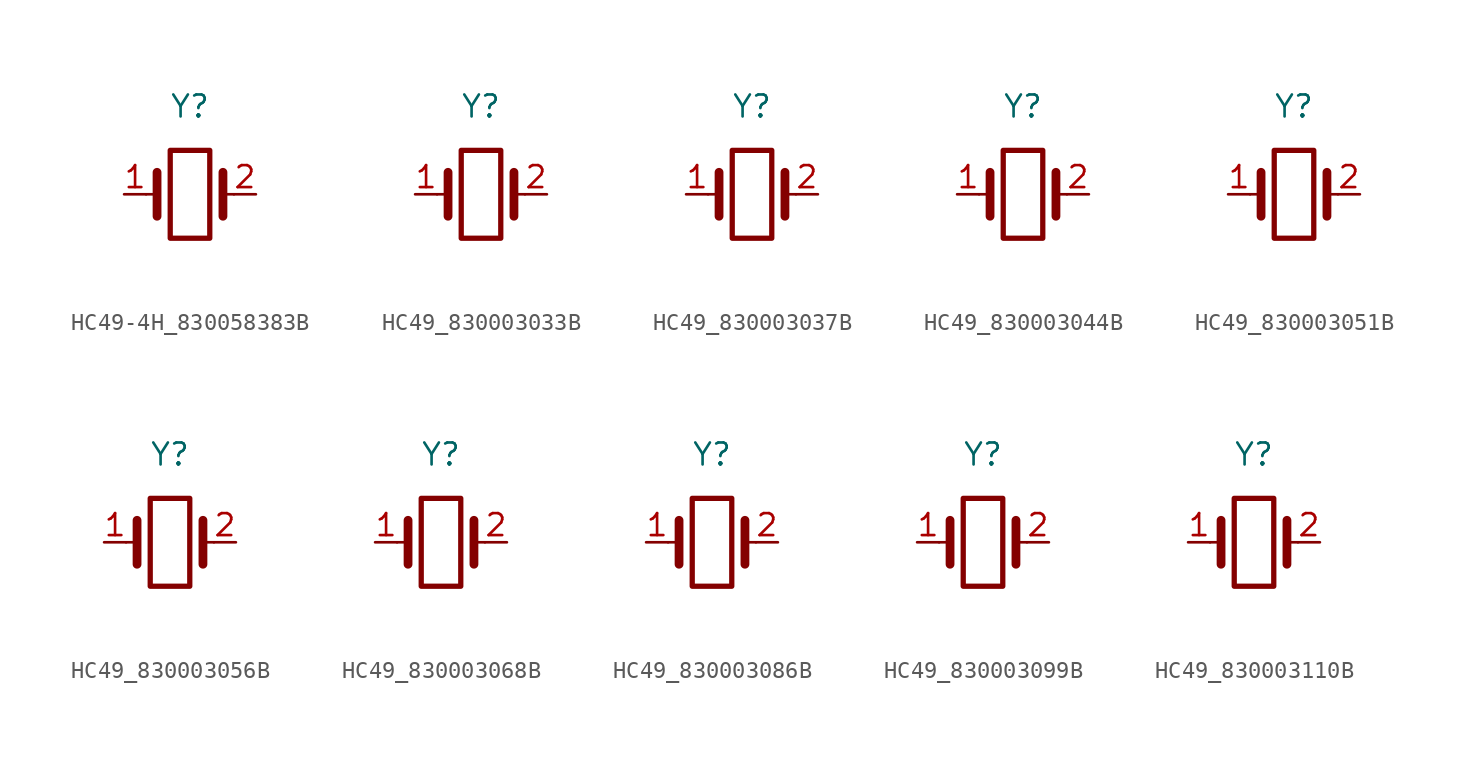
<source format=kicad_sym>
(kicad_symbol_lib
  (version 20220914)
  (generator kicad_symbol_editor)
  (symbol "HC49-4H_830058383B"
    (pin_names hide)
    (property "Reference" "Y"
      (at 0 5.08 0)
      (effects (font (size 1.27 1.27))))
    (property "Critical Parameter" ""
      (at 0 -5.08 0)
      (effects (font (size 1.27 1.27)) (justify left)))
    (symbol "HC49-4H_830058383B_0_1"
      (rectangle (start -1.143 2.54) (end 1.143 -2.54) (stroke (width 0.305) (type default)) (fill (type none)))
      (polyline (pts (xy -2.54 0) (xy -1.905 0)) (stroke (width 0) (type default)) (fill (type none)))
      (polyline (pts (xy -1.905 -1.27) (xy -1.905 1.27)) (stroke (width 0.508) (type default)) (fill (type none)))
      (polyline (pts (xy 1.905 -1.27) (xy 1.905 1.27)) (stroke (width 0.508) (type default)) (fill (type none)))
      (polyline (pts (xy 2.54 0) (xy 1.905 0)) (stroke (width 0) (type default)) (fill (type none))))
    (symbol "HC49-4H_830058383B_1_1"
      (pin passive line (at -3.81 0 0) (length 1.27) (name "1" (effects (font (size 1.27 1.27)))) (number "1" (effects (font (size 1.27 1.27)))))
      (pin passive line (at 3.81 0 180) (length 1.27) (name "2" (effects (font (size 1.27 1.27)))) (number "2" (effects (font (size 1.27 1.27)))))))
  (symbol "HC49_830003033B"
    (pin_names hide)
    (property "Reference" "Y"
      (at 0 5.08 0)
      (effects (font (size 1.27 1.27))))
    (property "Critical Parameter" ""
      (at 0 -5.08 0)
      (effects (font (size 1.27 1.27)) (justify left)))
    (symbol "HC49_830003033B_0_1"
      (rectangle (start -1.143 2.54) (end 1.143 -2.54) (stroke (width 0.305) (type default)) (fill (type none)))
      (polyline (pts (xy -2.54 0) (xy -1.905 0)) (stroke (width 0) (type default)) (fill (type none)))
      (polyline (pts (xy -1.905 -1.27) (xy -1.905 1.27)) (stroke (width 0.508) (type default)) (fill (type none)))
      (polyline (pts (xy 1.905 -1.27) (xy 1.905 1.27)) (stroke (width 0.508) (type default)) (fill (type none)))
      (polyline (pts (xy 2.54 0) (xy 1.905 0)) (stroke (width 0) (type default)) (fill (type none))))
    (symbol "HC49_830003033B_1_1"
      (pin passive line (at -3.81 0 0) (length 1.27) (name "1" (effects (font (size 1.27 1.27)))) (number "1" (effects (font (size 1.27 1.27)))))
      (pin passive line (at 3.81 0 180) (length 1.27) (name "2" (effects (font (size 1.27 1.27)))) (number "2" (effects (font (size 1.27 1.27)))))))
  (symbol "HC49_830003037B"
    (pin_names hide)
    (property "Reference" "Y"
      (at 0 5.08 0)
      (effects (font (size 1.27 1.27))))
    (property "Critical Parameter" ""
      (at 0 -5.08 0)
      (effects (font (size 1.27 1.27)) (justify left)))
    (symbol "HC49_830003037B_0_1"
      (rectangle (start -1.143 2.54) (end 1.143 -2.54) (stroke (width 0.305) (type default)) (fill (type none)))
      (polyline (pts (xy -2.54 0) (xy -1.905 0)) (stroke (width 0) (type default)) (fill (type none)))
      (polyline (pts (xy -1.905 -1.27) (xy -1.905 1.27)) (stroke (width 0.508) (type default)) (fill (type none)))
      (polyline (pts (xy 1.905 -1.27) (xy 1.905 1.27)) (stroke (width 0.508) (type default)) (fill (type none)))
      (polyline (pts (xy 2.54 0) (xy 1.905 0)) (stroke (width 0) (type default)) (fill (type none))))
    (symbol "HC49_830003037B_1_1"
      (pin passive line (at -3.81 0 0) (length 1.27) (name "1" (effects (font (size 1.27 1.27)))) (number "1" (effects (font (size 1.27 1.27)))))
      (pin passive line (at 3.81 0 180) (length 1.27) (name "2" (effects (font (size 1.27 1.27)))) (number "2" (effects (font (size 1.27 1.27)))))))
  (symbol "HC49_830003044B"
    (pin_names hide)
    (property "Reference" "Y"
      (at 0 5.08 0)
      (effects (font (size 1.27 1.27))))
    (property "Critical Parameter" ""
      (at 0 -5.08 0)
      (effects (font (size 1.27 1.27)) (justify left)))
    (symbol "HC49_830003044B_0_1"
      (rectangle (start -1.143 2.54) (end 1.143 -2.54) (stroke (width 0.305) (type default)) (fill (type none)))
      (polyline (pts (xy -2.54 0) (xy -1.905 0)) (stroke (width 0) (type default)) (fill (type none)))
      (polyline (pts (xy -1.905 -1.27) (xy -1.905 1.27)) (stroke (width 0.508) (type default)) (fill (type none)))
      (polyline (pts (xy 1.905 -1.27) (xy 1.905 1.27)) (stroke (width 0.508) (type default)) (fill (type none)))
      (polyline (pts (xy 2.54 0) (xy 1.905 0)) (stroke (width 0) (type default)) (fill (type none))))
    (symbol "HC49_830003044B_1_1"
      (pin passive line (at -3.81 0 0) (length 1.27) (name "1" (effects (font (size 1.27 1.27)))) (number "1" (effects (font (size 1.27 1.27)))))
      (pin passive line (at 3.81 0 180) (length 1.27) (name "2" (effects (font (size 1.27 1.27)))) (number "2" (effects (font (size 1.27 1.27)))))))
  (symbol "HC49_830003051B"
    (pin_names hide)
    (property "Reference" "Y"
      (at 0 5.08 0)
      (effects (font (size 1.27 1.27))))
    (property "Critical Parameter" ""
      (at 0 -5.08 0)
      (effects (font (size 1.27 1.27)) (justify left)))
    (symbol "HC49_830003051B_0_1"
      (rectangle (start -1.143 2.54) (end 1.143 -2.54) (stroke (width 0.305) (type default)) (fill (type none)))
      (polyline (pts (xy -2.54 0) (xy -1.905 0)) (stroke (width 0) (type default)) (fill (type none)))
      (polyline (pts (xy -1.905 -1.27) (xy -1.905 1.27)) (stroke (width 0.508) (type default)) (fill (type none)))
      (polyline (pts (xy 1.905 -1.27) (xy 1.905 1.27)) (stroke (width 0.508) (type default)) (fill (type none)))
      (polyline (pts (xy 2.54 0) (xy 1.905 0)) (stroke (width 0) (type default)) (fill (type none))))
    (symbol "HC49_830003051B_1_1"
      (pin passive line (at -3.81 0 0) (length 1.27) (name "1" (effects (font (size 1.27 1.27)))) (number "1" (effects (font (size 1.27 1.27)))))
      (pin passive line (at 3.81 0 180) (length 1.27) (name "2" (effects (font (size 1.27 1.27)))) (number "2" (effects (font (size 1.27 1.27)))))))
  (symbol "HC49_830003056B"
    (pin_names hide)
    (property "Reference" "Y"
      (at 0 5.08 0)
      (effects (font (size 1.27 1.27))))
    (property "Critical Parameter" ""
      (at 0 -5.08 0)
      (effects (font (size 1.27 1.27)) (justify left)))
    (symbol "HC49_830003056B_0_1"
      (rectangle (start -1.143 2.54) (end 1.143 -2.54) (stroke (width 0.305) (type default)) (fill (type none)))
      (polyline (pts (xy -2.54 0) (xy -1.905 0)) (stroke (width 0) (type default)) (fill (type none)))
      (polyline (pts (xy -1.905 -1.27) (xy -1.905 1.27)) (stroke (width 0.508) (type default)) (fill (type none)))
      (polyline (pts (xy 1.905 -1.27) (xy 1.905 1.27)) (stroke (width 0.508) (type default)) (fill (type none)))
      (polyline (pts (xy 2.54 0) (xy 1.905 0)) (stroke (width 0) (type default)) (fill (type none))))
    (symbol "HC49_830003056B_1_1"
      (pin passive line (at -3.81 0 0) (length 1.27) (name "1" (effects (font (size 1.27 1.27)))) (number "1" (effects (font (size 1.27 1.27)))))
      (pin passive line (at 3.81 0 180) (length 1.27) (name "2" (effects (font (size 1.27 1.27)))) (number "2" (effects (font (size 1.27 1.27)))))))
  (symbol "HC49_830003068B"
    (pin_names hide)
    (property "Reference" "Y"
      (at 0 5.08 0)
      (effects (font (size 1.27 1.27))))
    (property "Critical Parameter" ""
      (at 0 -5.08 0)
      (effects (font (size 1.27 1.27)) (justify left)))
    (symbol "HC49_830003068B_0_1"
      (rectangle (start -1.143 2.54) (end 1.143 -2.54) (stroke (width 0.305) (type default)) (fill (type none)))
      (polyline (pts (xy -2.54 0) (xy -1.905 0)) (stroke (width 0) (type default)) (fill (type none)))
      (polyline (pts (xy -1.905 -1.27) (xy -1.905 1.27)) (stroke (width 0.508) (type default)) (fill (type none)))
      (polyline (pts (xy 1.905 -1.27) (xy 1.905 1.27)) (stroke (width 0.508) (type default)) (fill (type none)))
      (polyline (pts (xy 2.54 0) (xy 1.905 0)) (stroke (width 0) (type default)) (fill (type none))))
    (symbol "HC49_830003068B_1_1"
      (pin passive line (at -3.81 0 0) (length 1.27) (name "1" (effects (font (size 1.27 1.27)))) (number "1" (effects (font (size 1.27 1.27)))))
      (pin passive line (at 3.81 0 180) (length 1.27) (name "2" (effects (font (size 1.27 1.27)))) (number "2" (effects (font (size 1.27 1.27)))))))
  (symbol "HC49_830003086B"
    (pin_names hide)
    (property "Reference" "Y"
      (at 0 5.08 0)
      (effects (font (size 1.27 1.27))))
    (property "Critical Parameter" ""
      (at 0 -5.08 0)
      (effects (font (size 1.27 1.27)) (justify left)))
    (symbol "HC49_830003086B_0_1"
      (rectangle (start -1.143 2.54) (end 1.143 -2.54) (stroke (width 0.305) (type default)) (fill (type none)))
      (polyline (pts (xy -2.54 0) (xy -1.905 0)) (stroke (width 0) (type default)) (fill (type none)))
      (polyline (pts (xy -1.905 -1.27) (xy -1.905 1.27)) (stroke (width 0.508) (type default)) (fill (type none)))
      (polyline (pts (xy 1.905 -1.27) (xy 1.905 1.27)) (stroke (width 0.508) (type default)) (fill (type none)))
      (polyline (pts (xy 2.54 0) (xy 1.905 0)) (stroke (width 0) (type default)) (fill (type none))))
    (symbol "HC49_830003086B_1_1"
      (pin passive line (at -3.81 0 0) (length 1.27) (name "1" (effects (font (size 1.27 1.27)))) (number "1" (effects (font (size 1.27 1.27)))))
      (pin passive line (at 3.81 0 180) (length 1.27) (name "2" (effects (font (size 1.27 1.27)))) (number "2" (effects (font (size 1.27 1.27)))))))
  (symbol "HC49_830003099B"
    (pin_names hide)
    (property "Reference" "Y"
      (at 0 5.08 0)
      (effects (font (size 1.27 1.27))))
    (property "Critical Parameter" ""
      (at 0 -5.08 0)
      (effects (font (size 1.27 1.27)) (justify left)))
    (symbol "HC49_830003099B_0_1"
      (rectangle (start -1.143 2.54) (end 1.143 -2.54) (stroke (width 0.305) (type default)) (fill (type none)))
      (polyline (pts (xy -2.54 0) (xy -1.905 0)) (stroke (width 0) (type default)) (fill (type none)))
      (polyline (pts (xy -1.905 -1.27) (xy -1.905 1.27)) (stroke (width 0.508) (type default)) (fill (type none)))
      (polyline (pts (xy 1.905 -1.27) (xy 1.905 1.27)) (stroke (width 0.508) (type default)) (fill (type none)))
      (polyline (pts (xy 2.54 0) (xy 1.905 0)) (stroke (width 0) (type default)) (fill (type none))))
    (symbol "HC49_830003099B_1_1"
      (pin passive line (at -3.81 0 0) (length 1.27) (name "1" (effects (font (size 1.27 1.27)))) (number "1" (effects (font (size 1.27 1.27)))))
      (pin passive line (at 3.81 0 180) (length 1.27) (name "2" (effects (font (size 1.27 1.27)))) (number "2" (effects (font (size 1.27 1.27)))))))
  (symbol "HC49_830003110B"
    (pin_names hide)
    (property "Reference" "Y"
      (at 0 5.08 0)
      (effects (font (size 1.27 1.27))))
    (property "Critical Parameter" ""
      (at 0 -5.08 0)
      (effects (font (size 1.27 1.27)) (justify left)))
    (symbol "HC49_830003110B_0_1"
      (rectangle (start -1.143 2.54) (end 1.143 -2.54) (stroke (width 0.305) (type default)) (fill (type none)))
      (polyline (pts (xy -2.54 0) (xy -1.905 0)) (stroke (width 0) (type default)) (fill (type none)))
      (polyline (pts (xy -1.905 -1.27) (xy -1.905 1.27)) (stroke (width 0.508) (type default)) (fill (type none)))
      (polyline (pts (xy 1.905 -1.27) (xy 1.905 1.27)) (stroke (width 0.508) (type default)) (fill (type none)))
      (polyline (pts (xy 2.54 0) (xy 1.905 0)) (stroke (width 0) (type default)) (fill (type none))))
    (symbol "HC49_830003110B_1_1"
      (pin passive line (at -3.81 0 0) (length 1.27) (name "1" (effects (font (size 1.27 1.27)))) (number "1" (effects (font (size 1.27 1.27)))))
      (pin passive line (at 3.81 0 180) (length 1.27) (name "2" (effects (font (size 1.27 1.27)))) (number "2" (effects (font (size 1.27 1.27))))))))
</source>
